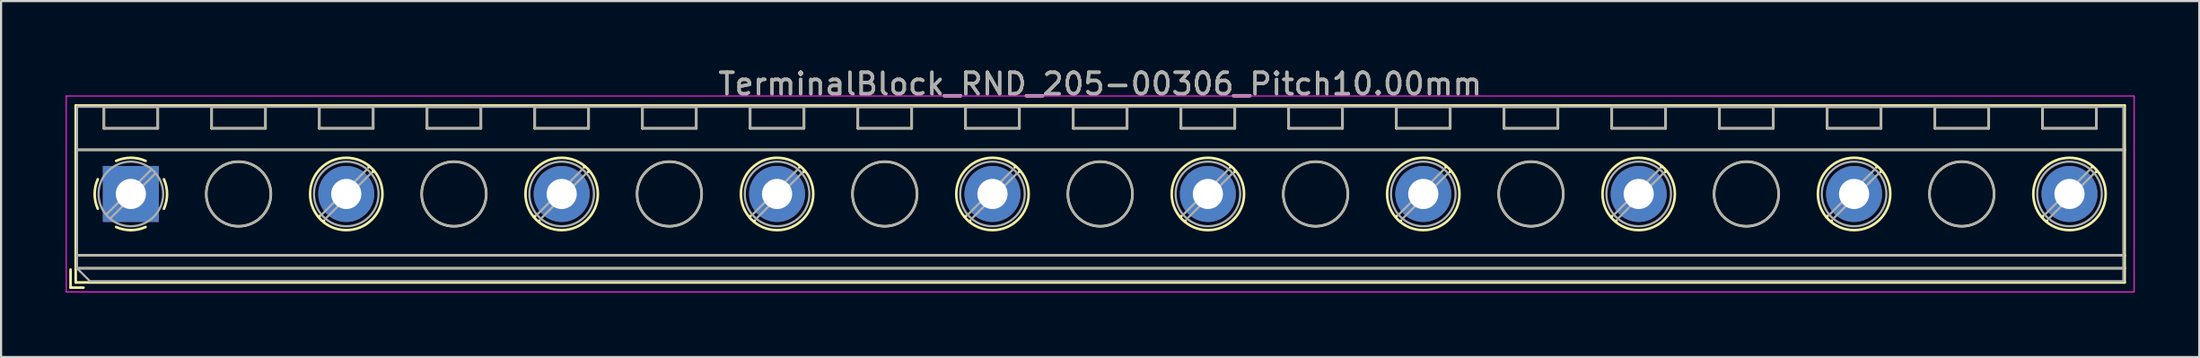
<source format=kicad_pcb>
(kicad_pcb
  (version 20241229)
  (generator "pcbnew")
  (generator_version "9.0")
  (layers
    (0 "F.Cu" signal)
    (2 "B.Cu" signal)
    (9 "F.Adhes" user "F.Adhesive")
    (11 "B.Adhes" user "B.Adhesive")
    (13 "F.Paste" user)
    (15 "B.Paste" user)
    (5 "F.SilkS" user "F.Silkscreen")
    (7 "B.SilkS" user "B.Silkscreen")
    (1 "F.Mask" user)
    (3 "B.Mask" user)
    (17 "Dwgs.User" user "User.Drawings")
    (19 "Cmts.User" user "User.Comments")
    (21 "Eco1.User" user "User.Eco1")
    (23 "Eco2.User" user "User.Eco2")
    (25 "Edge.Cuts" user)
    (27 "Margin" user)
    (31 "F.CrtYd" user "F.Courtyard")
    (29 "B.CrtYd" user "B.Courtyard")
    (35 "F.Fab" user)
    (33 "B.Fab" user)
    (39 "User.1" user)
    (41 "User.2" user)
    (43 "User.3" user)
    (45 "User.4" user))
  (footprint "TerminalBlock_RND_205-00306_Pitch10.00mm"
    (layer "F.Cu")
    (at 3.025 5.958)
    (property "Reference" "TerminalBlock_RND_205-00306_Pitch10.00mm" (at 45 -5.11 0) (layer "F.SilkS") (effects (font (size 1 1) (thickness 0.15))))
    (attr through_hole)
    (fp_line (start -2.8 3.51) (end -2.8 4.35) (stroke (width 0.12) (type solid)) (layer "F.SilkS"))
    (fp_line (start -2.8 4.35) (end -2.2 4.35) (stroke (width 0.12) (type solid)) (layer "F.SilkS"))
    (fp_line (start -2.56 -4.11) (end -2.56 4.11) (stroke (width 0.12) (type solid)) (layer "F.SilkS"))
    (fp_line (start -2.56 -2.05) (end 92.56 -2.05) (stroke (width 0.12) (type solid)) (layer "F.SilkS"))
    (fp_line (start -2.56 2.85) (end 92.56 2.85) (stroke (width 0.12) (type solid)) (layer "F.SilkS"))
    (fp_line (start -2.56 3.45) (end 92.56 3.45) (stroke (width 0.12) (type solid)) (layer "F.SilkS"))
    (fp_line (start -2.56 4.11) (end 92.56 4.11) (stroke (width 0.12) (type solid)) (layer "F.SilkS"))
    (fp_line (start -1.25 -4.05) (end -1.25 -3.05) (stroke (width 0.12) (type solid)) (layer "F.SilkS"))
    (fp_line (start -1.25 -4.05) (end 1.25 -4.05) (stroke (width 0.12) (type solid)) (layer "F.SilkS"))
    (fp_line (start -1.25 -3.05) (end 1.25 -3.05) (stroke (width 0.12) (type solid)) (layer "F.SilkS"))
    (fp_line (start 1.25 -4.05) (end 1.25 -3.05) (stroke (width 0.12) (type solid)) (layer "F.SilkS"))
    (fp_line (start 3.75 -4.05) (end 3.75 -3.05) (stroke (width 0.12) (type solid)) (layer "F.SilkS"))
    (fp_line (start 3.75 -4.05) (end 6.25 -4.05) (stroke (width 0.12) (type solid)) (layer "F.SilkS"))
    (fp_line (start 3.75 -3.05) (end 6.25 -3.05) (stroke (width 0.12) (type solid)) (layer "F.SilkS"))
    (fp_line (start 6.25 -4.05) (end 6.25 -3.05) (stroke (width 0.12) (type solid)) (layer "F.SilkS"))
    (fp_line (start 8.75 -4.05) (end 8.75 -3.05) (stroke (width 0.12) (type solid)) (layer "F.SilkS"))
    (fp_line (start 8.75 -4.05) (end 11.25 -4.05) (stroke (width 0.12) (type solid)) (layer "F.SilkS"))
    (fp_line (start 8.75 -3.05) (end 11.25 -3.05) (stroke (width 0.12) (type solid)) (layer "F.SilkS"))
    (fp_line (start 8.773 1.023) (end 8.726 1.069) (stroke (width 0.12) (type solid)) (layer "F.SilkS"))
    (fp_line (start 8.966 1.239) (end 8.931 1.274) (stroke (width 0.12) (type solid)) (layer "F.SilkS"))
    (fp_line (start 11.07 -1.275) (end 11.035 -1.239) (stroke (width 0.12) (type solid)) (layer "F.SilkS"))
    (fp_line (start 11.25 -4.05) (end 11.25 -3.05) (stroke (width 0.12) (type solid)) (layer "F.SilkS"))
    (fp_line (start 11.275 -1.069) (end 11.228 -1.023) (stroke (width 0.12) (type solid)) (layer "F.SilkS"))
    (fp_line (start 13.75 -4.05) (end 13.75 -3.05) (stroke (width 0.12) (type solid)) (layer "F.SilkS"))
    (fp_line (start 13.75 -4.05) (end 16.25 -4.05) (stroke (width 0.12) (type solid)) (layer "F.SilkS"))
    (fp_line (start 13.75 -3.05) (end 16.25 -3.05) (stroke (width 0.12) (type solid)) (layer "F.SilkS"))
    (fp_line (start 16.25 -4.05) (end 16.25 -3.05) (stroke (width 0.12) (type solid)) (layer "F.SilkS"))
    (fp_line (start 18.75 -4.05) (end 18.75 -3.05) (stroke (width 0.12) (type solid)) (layer "F.SilkS"))
    (fp_line (start 18.75 -4.05) (end 21.25 -4.05) (stroke (width 0.12) (type solid)) (layer "F.SilkS"))
    (fp_line (start 18.75 -3.05) (end 21.25 -3.05) (stroke (width 0.12) (type solid)) (layer "F.SilkS"))
    (fp_line (start 18.773 1.023) (end 18.726 1.069) (stroke (width 0.12) (type solid)) (layer "F.SilkS"))
    (fp_line (start 18.966 1.239) (end 18.931 1.274) (stroke (width 0.12) (type solid)) (layer "F.SilkS"))
    (fp_line (start 21.07 -1.275) (end 21.035 -1.239) (stroke (width 0.12) (type solid)) (layer "F.SilkS"))
    (fp_line (start 21.25 -4.05) (end 21.25 -3.05) (stroke (width 0.12) (type solid)) (layer "F.SilkS"))
    (fp_line (start 21.275 -1.069) (end 21.228 -1.023) (stroke (width 0.12) (type solid)) (layer "F.SilkS"))
    (fp_line (start 23.75 -4.05) (end 23.75 -3.05) (stroke (width 0.12) (type solid)) (layer "F.SilkS"))
    (fp_line (start 23.75 -4.05) (end 26.25 -4.05) (stroke (width 0.12) (type solid)) (layer "F.SilkS"))
    (fp_line (start 23.75 -3.05) (end 26.25 -3.05) (stroke (width 0.12) (type solid)) (layer "F.SilkS"))
    (fp_line (start 26.25 -4.05) (end 26.25 -3.05) (stroke (width 0.12) (type solid)) (layer "F.SilkS"))
    (fp_line (start 28.75 -4.05) (end 28.75 -3.05) (stroke (width 0.12) (type solid)) (layer "F.SilkS"))
    (fp_line (start 28.75 -4.05) (end 31.25 -4.05) (stroke (width 0.12) (type solid)) (layer "F.SilkS"))
    (fp_line (start 28.75 -3.05) (end 31.25 -3.05) (stroke (width 0.12) (type solid)) (layer "F.SilkS"))
    (fp_line (start 28.773 1.023) (end 28.726 1.069) (stroke (width 0.12) (type solid)) (layer "F.SilkS"))
    (fp_line (start 28.966 1.239) (end 28.931 1.274) (stroke (width 0.12) (type solid)) (layer "F.SilkS"))
    (fp_line (start 31.07 -1.275) (end 31.035 -1.239) (stroke (width 0.12) (type solid)) (layer "F.SilkS"))
    (fp_line (start 31.25 -4.05) (end 31.25 -3.05) (stroke (width 0.12) (type solid)) (layer "F.SilkS"))
    (fp_line (start 31.275 -1.069) (end 31.228 -1.023) (stroke (width 0.12) (type solid)) (layer "F.SilkS"))
    (fp_line (start 33.75 -4.05) (end 33.75 -3.05) (stroke (width 0.12) (type solid)) (layer "F.SilkS"))
    (fp_line (start 33.75 -4.05) (end 36.25 -4.05) (stroke (width 0.12) (type solid)) (layer "F.SilkS"))
    (fp_line (start 33.75 -3.05) (end 36.25 -3.05) (stroke (width 0.12) (type solid)) (layer "F.SilkS"))
    (fp_line (start 36.25 -4.05) (end 36.25 -3.05) (stroke (width 0.12) (type solid)) (layer "F.SilkS"))
    (fp_line (start 38.75 -4.05) (end 38.75 -3.05) (stroke (width 0.12) (type solid)) (layer "F.SilkS"))
    (fp_line (start 38.75 -4.05) (end 41.25 -4.05) (stroke (width 0.12) (type solid)) (layer "F.SilkS"))
    (fp_line (start 38.75 -3.05) (end 41.25 -3.05) (stroke (width 0.12) (type solid)) (layer "F.SilkS"))
    (fp_line (start 38.773 1.023) (end 38.726 1.069) (stroke (width 0.12) (type solid)) (layer "F.SilkS"))
    (fp_line (start 38.966 1.239) (end 38.931 1.274) (stroke (width 0.12) (type solid)) (layer "F.SilkS"))
    (fp_line (start 41.07 -1.275) (end 41.035 -1.239) (stroke (width 0.12) (type solid)) (layer "F.SilkS"))
    (fp_line (start 41.25 -4.05) (end 41.25 -3.05) (stroke (width 0.12) (type solid)) (layer "F.SilkS"))
    (fp_line (start 41.275 -1.069) (end 41.228 -1.023) (stroke (width 0.12) (type solid)) (layer "F.SilkS"))
    (fp_line (start 43.75 -4.05) (end 43.75 -3.05) (stroke (width 0.12) (type solid)) (layer "F.SilkS"))
    (fp_line (start 43.75 -4.05) (end 46.25 -4.05) (stroke (width 0.12) (type solid)) (layer "F.SilkS"))
    (fp_line (start 43.75 -3.05) (end 46.25 -3.05) (stroke (width 0.12) (type solid)) (layer "F.SilkS"))
    (fp_line (start 46.25 -4.05) (end 46.25 -3.05) (stroke (width 0.12) (type solid)) (layer "F.SilkS"))
    (fp_line (start 48.75 -4.05) (end 48.75 -3.05) (stroke (width 0.12) (type solid)) (layer "F.SilkS"))
    (fp_line (start 48.75 -4.05) (end 51.25 -4.05) (stroke (width 0.12) (type solid)) (layer "F.SilkS"))
    (fp_line (start 48.75 -3.05) (end 51.25 -3.05) (stroke (width 0.12) (type solid)) (layer "F.SilkS"))
    (fp_line (start 48.773 1.023) (end 48.726 1.069) (stroke (width 0.12) (type solid)) (layer "F.SilkS"))
    (fp_line (start 48.966 1.239) (end 48.931 1.274) (stroke (width 0.12) (type solid)) (layer "F.SilkS"))
    (fp_line (start 51.07 -1.275) (end 51.035 -1.239) (stroke (width 0.12) (type solid)) (layer "F.SilkS"))
    (fp_line (start 51.25 -4.05) (end 51.25 -3.05) (stroke (width 0.12) (type solid)) (layer "F.SilkS"))
    (fp_line (start 51.275 -1.069) (end 51.228 -1.023) (stroke (width 0.12) (type solid)) (layer "F.SilkS"))
    (fp_line (start 53.75 -4.05) (end 53.75 -3.05) (stroke (width 0.12) (type solid)) (layer "F.SilkS"))
    (fp_line (start 53.75 -4.05) (end 56.25 -4.05) (stroke (width 0.12) (type solid)) (layer "F.SilkS"))
    (fp_line (start 53.75 -3.05) (end 56.25 -3.05) (stroke (width 0.12) (type solid)) (layer "F.SilkS"))
    (fp_line (start 56.25 -4.05) (end 56.25 -3.05) (stroke (width 0.12) (type solid)) (layer "F.SilkS"))
    (fp_line (start 58.75 -4.05) (end 58.75 -3.05) (stroke (width 0.12) (type solid)) (layer "F.SilkS"))
    (fp_line (start 58.75 -4.05) (end 61.25 -4.05) (stroke (width 0.12) (type solid)) (layer "F.SilkS"))
    (fp_line (start 58.75 -3.05) (end 61.25 -3.05) (stroke (width 0.12) (type solid)) (layer "F.SilkS"))
    (fp_line (start 58.773 1.023) (end 58.726 1.069) (stroke (width 0.12) (type solid)) (layer "F.SilkS"))
    (fp_line (start 58.966 1.239) (end 58.931 1.274) (stroke (width 0.12) (type solid)) (layer "F.SilkS"))
    (fp_line (start 61.07 -1.275) (end 61.035 -1.239) (stroke (width 0.12) (type solid)) (layer "F.SilkS"))
    (fp_line (start 61.25 -4.05) (end 61.25 -3.05) (stroke (width 0.12) (type solid)) (layer "F.SilkS"))
    (fp_line (start 61.275 -1.069) (end 61.228 -1.023) (stroke (width 0.12) (type solid)) (layer "F.SilkS"))
    (fp_line (start 63.75 -4.05) (end 63.75 -3.05) (stroke (width 0.12) (type solid)) (layer "F.SilkS"))
    (fp_line (start 63.75 -4.05) (end 66.25 -4.05) (stroke (width 0.12) (type solid)) (layer "F.SilkS"))
    (fp_line (start 63.75 -3.05) (end 66.25 -3.05) (stroke (width 0.12) (type solid)) (layer "F.SilkS"))
    (fp_line (start 66.25 -4.05) (end 66.25 -3.05) (stroke (width 0.12) (type solid)) (layer "F.SilkS"))
    (fp_line (start 68.75 -4.05) (end 68.75 -3.05) (stroke (width 0.12) (type solid)) (layer "F.SilkS"))
    (fp_line (start 68.75 -4.05) (end 71.25 -4.05) (stroke (width 0.12) (type solid)) (layer "F.SilkS"))
    (fp_line (start 68.75 -3.05) (end 71.25 -3.05) (stroke (width 0.12) (type solid)) (layer "F.SilkS"))
    (fp_line (start 68.773 1.023) (end 68.726 1.069) (stroke (width 0.12) (type solid)) (layer "F.SilkS"))
    (fp_line (start 68.966 1.239) (end 68.931 1.274) (stroke (width 0.12) (type solid)) (layer "F.SilkS"))
    (fp_line (start 71.07 -1.275) (end 71.035 -1.239) (stroke (width 0.12) (type solid)) (layer "F.SilkS"))
    (fp_line (start 71.25 -4.05) (end 71.25 -3.05) (stroke (width 0.12) (type solid)) (layer "F.SilkS"))
    (fp_line (start 71.275 -1.069) (end 71.228 -1.023) (stroke (width 0.12) (type solid)) (layer "F.SilkS"))
    (fp_line (start 73.75 -4.05) (end 73.75 -3.05) (stroke (width 0.12) (type solid)) (layer "F.SilkS"))
    (fp_line (start 73.75 -4.05) (end 76.25 -4.05) (stroke (width 0.12) (type solid)) (layer "F.SilkS"))
    (fp_line (start 73.75 -3.05) (end 76.25 -3.05) (stroke (width 0.12) (type solid)) (layer "F.SilkS"))
    (fp_line (start 76.25 -4.05) (end 76.25 -3.05) (stroke (width 0.12) (type solid)) (layer "F.SilkS"))
    (fp_line (start 78.75 -4.05) (end 78.75 -3.05) (stroke (width 0.12) (type solid)) (layer "F.SilkS"))
    (fp_line (start 78.75 -4.05) (end 81.25 -4.05) (stroke (width 0.12) (type solid)) (layer "F.SilkS"))
    (fp_line (start 78.75 -3.05) (end 81.25 -3.05) (stroke (width 0.12) (type solid)) (layer "F.SilkS"))
    (fp_line (start 78.773 1.023) (end 78.726 1.069) (stroke (width 0.12) (type solid)) (layer "F.SilkS"))
    (fp_line (start 78.966 1.239) (end 78.931 1.274) (stroke (width 0.12) (type solid)) (layer "F.SilkS"))
    (fp_line (start 81.07 -1.275) (end 81.035 -1.239) (stroke (width 0.12) (type solid)) (layer "F.SilkS"))
    (fp_line (start 81.25 -4.05) (end 81.25 -3.05) (stroke (width 0.12) (type solid)) (layer "F.SilkS"))
    (fp_line (start 81.275 -1.069) (end 81.228 -1.023) (stroke (width 0.12) (type solid)) (layer "F.SilkS"))
    (fp_line (start 83.75 -4.05) (end 83.75 -3.05) (stroke (width 0.12) (type solid)) (layer "F.SilkS"))
    (fp_line (start 83.75 -4.05) (end 86.25 -4.05) (stroke (width 0.12) (type solid)) (layer "F.SilkS"))
    (fp_line (start 83.75 -3.05) (end 86.25 -3.05) (stroke (width 0.12) (type solid)) (layer "F.SilkS"))
    (fp_line (start 86.25 -4.05) (end 86.25 -3.05) (stroke (width 0.12) (type solid)) (layer "F.SilkS"))
    (fp_line (start 88.75 -4.05) (end 88.75 -3.05) (stroke (width 0.12) (type solid)) (layer "F.SilkS"))
    (fp_line (start 88.75 -4.05) (end 91.25 -4.05) (stroke (width 0.12) (type solid)) (layer "F.SilkS"))
    (fp_line (start 88.75 -3.05) (end 91.25 -3.05) (stroke (width 0.12) (type solid)) (layer "F.SilkS"))
    (fp_line (start 88.773 1.023) (end 88.726 1.069) (stroke (width 0.12) (type solid)) (layer "F.SilkS"))
    (fp_line (start 88.966 1.239) (end 88.931 1.274) (stroke (width 0.12) (type solid)) (layer "F.SilkS"))
    (fp_line (start 91.07 -1.275) (end 91.035 -1.239) (stroke (width 0.12) (type solid)) (layer "F.SilkS"))
    (fp_line (start 91.25 -4.05) (end 91.25 -3.05) (stroke (width 0.12) (type solid)) (layer "F.SilkS"))
    (fp_line (start 91.275 -1.069) (end 91.228 -1.023) (stroke (width 0.12) (type solid)) (layer "F.SilkS"))
    (fp_line (start 92.56 -4.11) (end -2.56 -4.11) (stroke (width 0.12) (type solid)) (layer "F.SilkS"))
    (fp_line (start 92.56 4.11) (end 92.56 -4.11) (stroke (width 0.12) (type solid)) (layer "F.SilkS"))
    (fp_arc (start -1.535427 0.683042) (mid -1.680501 -0.000524) (end -1.535 -0.684) (stroke (width 0.12) (type solid)) (layer "F.SilkS"))
    (fp_arc (start -0.683042 -1.535427) (mid 0.000524 -1.680501) (end 0.684 -1.535) (stroke (width 0.12) (type solid)) (layer "F.SilkS"))
    (fp_arc (start 0.028805 1.680253) (mid -0.335551 1.646659) (end -0.684 1.535) (stroke (width 0.12) (type solid)) (layer "F.SilkS"))
    (fp_arc (start 0.683318 1.534756) (mid 0.349292 1.643288) (end 0 1.68) (stroke (width 0.12) (type solid)) (layer "F.SilkS"))
    (fp_arc (start 1.535427 -0.683042) (mid 1.680501 0.000524) (end 1.535 0.684) (stroke (width 0.12) (type solid)) (layer "F.SilkS"))
    (fp_circle (center 5 0) (end 6.5 0) (stroke (width 0.12) (type solid)) (fill no) (layer "F.SilkS"))
    (fp_circle (center 10 0) (end 11.68 0) (stroke (width 0.12) (type solid)) (fill no) (layer "F.SilkS"))
    (fp_circle (center 15 0) (end 16.5 0) (stroke (width 0.12) (type solid)) (fill no) (layer "F.SilkS"))
    (fp_circle (center 20 0) (end 21.68 0) (stroke (width 0.12) (type solid)) (fill no) (layer "F.SilkS"))
    (fp_circle (center 25 0) (end 26.5 0) (stroke (width 0.12) (type solid)) (fill no) (layer "F.SilkS"))
    (fp_circle (center 30 0) (end 31.68 0) (stroke (width 0.12) (type solid)) (fill no) (layer "F.SilkS"))
    (fp_circle (center 35 0) (end 36.5 0) (stroke (width 0.12) (type solid)) (fill no) (layer "F.SilkS"))
    (fp_circle (center 40 0) (end 41.68 0) (stroke (width 0.12) (type solid)) (fill no) (layer "F.SilkS"))
    (fp_circle (center 45 0) (end 46.5 0) (stroke (width 0.12) (type solid)) (fill no) (layer "F.SilkS"))
    (fp_circle (center 50 0) (end 51.68 0) (stroke (width 0.12) (type solid)) (fill no) (layer "F.SilkS"))
    (fp_circle (center 55 0) (end 56.5 0) (stroke (width 0.12) (type solid)) (fill no) (layer "F.SilkS"))
    (fp_circle (center 60 0) (end 61.68 0) (stroke (width 0.12) (type solid)) (fill no) (layer "F.SilkS"))
    (fp_circle (center 65 0) (end 66.5 0) (stroke (width 0.12) (type solid)) (fill no) (layer "F.SilkS"))
    (fp_circle (center 70 0) (end 71.68 0) (stroke (width 0.12) (type solid)) (fill no) (layer "F.SilkS"))
    (fp_circle (center 75 0) (end 76.5 0) (stroke (width 0.12) (type solid)) (fill no) (layer "F.SilkS"))
    (fp_circle (center 80 0) (end 81.68 0) (stroke (width 0.12) (type solid)) (fill no) (layer "F.SilkS"))
    (fp_circle (center 85 0) (end 86.5 0) (stroke (width 0.12) (type solid)) (fill no) (layer "F.SilkS"))
    (fp_circle (center 90 0) (end 91.68 0) (stroke (width 0.12) (type solid)) (fill no) (layer "F.SilkS"))
    (fp_line (start -3 -4.55) (end -3 4.55) (stroke (width 0.05) (type solid)) (layer "F.CrtYd"))
    (fp_line (start -3 4.55) (end 93 4.55) (stroke (width 0.05) (type solid)) (layer "F.CrtYd"))
    (fp_line (start 93 -4.55) (end -3 -4.55) (stroke (width 0.05) (type solid)) (layer "F.CrtYd"))
    (fp_line (start 93 4.55) (end 93 -4.55) (stroke (width 0.05) (type solid)) (layer "F.CrtYd"))
    (fp_line (start -2.5 -4.05) (end 92.5 -4.05) (stroke (width 0.1) (type solid)) (layer "F.Fab"))
    (fp_line (start -2.5 -2.05) (end 92.5 -2.05) (stroke (width 0.1) (type solid)) (layer "F.Fab"))
    (fp_line (start -2.5 2.85) (end 92.5 2.85) (stroke (width 0.1) (type solid)) (layer "F.Fab"))
    (fp_line (start -2.5 3.45) (end -2.5 -4.05) (stroke (width 0.1) (type solid)) (layer "F.Fab"))
    (fp_line (start -2.5 3.45) (end 92.5 3.45) (stroke (width 0.1) (type solid)) (layer "F.Fab"))
    (fp_line (start -1.9 4.05) (end -2.5 3.45) (stroke (width 0.1) (type solid)) (layer "F.Fab"))
    (fp_line (start -1.25 -4.05) (end -1.25 -3.05) (stroke (width 0.1) (type solid)) (layer "F.Fab"))
    (fp_line (start -1.25 -3.05) (end 1.25 -3.05) (stroke (width 0.1) (type solid)) (layer "F.Fab"))
    (fp_line (start 0.955 -1.138) (end -1.138 0.955) (stroke (width 0.1) (type solid)) (layer "F.Fab"))
    (fp_line (start 1.138 -0.955) (end -0.955 1.138) (stroke (width 0.1) (type solid)) (layer "F.Fab"))
    (fp_line (start 1.25 -4.05) (end -1.25 -4.05) (stroke (width 0.1) (type solid)) (layer "F.Fab"))
    (fp_line (start 1.25 -3.05) (end 1.25 -4.05) (stroke (width 0.1) (type solid)) (layer "F.Fab"))
    (fp_line (start 3.75 -4.05) (end 3.75 -3.05) (stroke (width 0.1) (type solid)) (layer "F.Fab"))
    (fp_line (start 3.75 -3.05) (end 6.25 -3.05) (stroke (width 0.1) (type solid)) (layer "F.Fab"))
    (fp_line (start 6.25 -4.05) (end 3.75 -4.05) (stroke (width 0.1) (type solid)) (layer "F.Fab"))
    (fp_line (start 6.25 -3.05) (end 6.25 -4.05) (stroke (width 0.1) (type solid)) (layer "F.Fab"))
    (fp_line (start 8.75 -4.05) (end 8.75 -3.05) (stroke (width 0.1) (type solid)) (layer "F.Fab"))
    (fp_line (start 8.75 -3.05) (end 11.25 -3.05) (stroke (width 0.1) (type solid)) (layer "F.Fab"))
    (fp_line (start 10.955 -1.138) (end 8.863 0.955) (stroke (width 0.1) (type solid)) (layer "F.Fab"))
    (fp_line (start 11.138 -0.955) (end 9.046 1.138) (stroke (width 0.1) (type solid)) (layer "F.Fab"))
    (fp_line (start 11.25 -4.05) (end 8.75 -4.05) (stroke (width 0.1) (type solid)) (layer "F.Fab"))
    (fp_line (start 11.25 -3.05) (end 11.25 -4.05) (stroke (width 0.1) (type solid)) (layer "F.Fab"))
    (fp_line (start 13.75 -4.05) (end 13.75 -3.05) (stroke (width 0.1) (type solid)) (layer "F.Fab"))
    (fp_line (start 13.75 -3.05) (end 16.25 -3.05) (stroke (width 0.1) (type solid)) (layer "F.Fab"))
    (fp_line (start 16.25 -4.05) (end 13.75 -4.05) (stroke (width 0.1) (type solid)) (layer "F.Fab"))
    (fp_line (start 16.25 -3.05) (end 16.25 -4.05) (stroke (width 0.1) (type solid)) (layer "F.Fab"))
    (fp_line (start 18.75 -4.05) (end 18.75 -3.05) (stroke (width 0.1) (type solid)) (layer "F.Fab"))
    (fp_line (start 18.75 -3.05) (end 21.25 -3.05) (stroke (width 0.1) (type solid)) (layer "F.Fab"))
    (fp_line (start 20.955 -1.138) (end 18.863 0.955) (stroke (width 0.1) (type solid)) (layer "F.Fab"))
    (fp_line (start 21.138 -0.955) (end 19.046 1.138) (stroke (width 0.1) (type solid)) (layer "F.Fab"))
    (fp_line (start 21.25 -4.05) (end 18.75 -4.05) (stroke (width 0.1) (type solid)) (layer "F.Fab"))
    (fp_line (start 21.25 -3.05) (end 21.25 -4.05) (stroke (width 0.1) (type solid)) (layer "F.Fab"))
    (fp_line (start 23.75 -4.05) (end 23.75 -3.05) (stroke (width 0.1) (type solid)) (layer "F.Fab"))
    (fp_line (start 23.75 -3.05) (end 26.25 -3.05) (stroke (width 0.1) (type solid)) (layer "F.Fab"))
    (fp_line (start 26.25 -4.05) (end 23.75 -4.05) (stroke (width 0.1) (type solid)) (layer "F.Fab"))
    (fp_line (start 26.25 -3.05) (end 26.25 -4.05) (stroke (width 0.1) (type solid)) (layer "F.Fab"))
    (fp_line (start 28.75 -4.05) (end 28.75 -3.05) (stroke (width 0.1) (type solid)) (layer "F.Fab"))
    (fp_line (start 28.75 -3.05) (end 31.25 -3.05) (stroke (width 0.1) (type solid)) (layer "F.Fab"))
    (fp_line (start 30.955 -1.138) (end 28.863 0.955) (stroke (width 0.1) (type solid)) (layer "F.Fab"))
    (fp_line (start 31.138 -0.955) (end 29.046 1.138) (stroke (width 0.1) (type solid)) (layer "F.Fab"))
    (fp_line (start 31.25 -4.05) (end 28.75 -4.05) (stroke (width 0.1) (type solid)) (layer "F.Fab"))
    (fp_line (start 31.25 -3.05) (end 31.25 -4.05) (stroke (width 0.1) (type solid)) (layer "F.Fab"))
    (fp_line (start 33.75 -4.05) (end 33.75 -3.05) (stroke (width 0.1) (type solid)) (layer "F.Fab"))
    (fp_line (start 33.75 -3.05) (end 36.25 -3.05) (stroke (width 0.1) (type solid)) (layer "F.Fab"))
    (fp_line (start 36.25 -4.05) (end 33.75 -4.05) (stroke (width 0.1) (type solid)) (layer "F.Fab"))
    (fp_line (start 36.25 -3.05) (end 36.25 -4.05) (stroke (width 0.1) (type solid)) (layer "F.Fab"))
    (fp_line (start 38.75 -4.05) (end 38.75 -3.05) (stroke (width 0.1) (type solid)) (layer "F.Fab"))
    (fp_line (start 38.75 -3.05) (end 41.25 -3.05) (stroke (width 0.1) (type solid)) (layer "F.Fab"))
    (fp_line (start 40.955 -1.138) (end 38.863 0.955) (stroke (width 0.1) (type solid)) (layer "F.Fab"))
    (fp_line (start 41.138 -0.955) (end 39.046 1.138) (stroke (width 0.1) (type solid)) (layer "F.Fab"))
    (fp_line (start 41.25 -4.05) (end 38.75 -4.05) (stroke (width 0.1) (type solid)) (layer "F.Fab"))
    (fp_line (start 41.25 -3.05) (end 41.25 -4.05) (stroke (width 0.1) (type solid)) (layer "F.Fab"))
    (fp_line (start 43.75 -4.05) (end 43.75 -3.05) (stroke (width 0.1) (type solid)) (layer "F.Fab"))
    (fp_line (start 43.75 -3.05) (end 46.25 -3.05) (stroke (width 0.1) (type solid)) (layer "F.Fab"))
    (fp_line (start 46.25 -4.05) (end 43.75 -4.05) (stroke (width 0.1) (type solid)) (layer "F.Fab"))
    (fp_line (start 46.25 -3.05) (end 46.25 -4.05) (stroke (width 0.1) (type solid)) (layer "F.Fab"))
    (fp_line (start 48.75 -4.05) (end 48.75 -3.05) (stroke (width 0.1) (type solid)) (layer "F.Fab"))
    (fp_line (start 48.75 -3.05) (end 51.25 -3.05) (stroke (width 0.1) (type solid)) (layer "F.Fab"))
    (fp_line (start 50.955 -1.138) (end 48.863 0.955) (stroke (width 0.1) (type solid)) (layer "F.Fab"))
    (fp_line (start 51.138 -0.955) (end 49.046 1.138) (stroke (width 0.1) (type solid)) (layer "F.Fab"))
    (fp_line (start 51.25 -4.05) (end 48.75 -4.05) (stroke (width 0.1) (type solid)) (layer "F.Fab"))
    (fp_line (start 51.25 -3.05) (end 51.25 -4.05) (stroke (width 0.1) (type solid)) (layer "F.Fab"))
    (fp_line (start 53.75 -4.05) (end 53.75 -3.05) (stroke (width 0.1) (type solid)) (layer "F.Fab"))
    (fp_line (start 53.75 -3.05) (end 56.25 -3.05) (stroke (width 0.1) (type solid)) (layer "F.Fab"))
    (fp_line (start 56.25 -4.05) (end 53.75 -4.05) (stroke (width 0.1) (type solid)) (layer "F.Fab"))
    (fp_line (start 56.25 -3.05) (end 56.25 -4.05) (stroke (width 0.1) (type solid)) (layer "F.Fab"))
    (fp_line (start 58.75 -4.05) (end 58.75 -3.05) (stroke (width 0.1) (type solid)) (layer "F.Fab"))
    (fp_line (start 58.75 -3.05) (end 61.25 -3.05) (stroke (width 0.1) (type solid)) (layer "F.Fab"))
    (fp_line (start 60.955 -1.138) (end 58.863 0.955) (stroke (width 0.1) (type solid)) (layer "F.Fab"))
    (fp_line (start 61.138 -0.955) (end 59.046 1.138) (stroke (width 0.1) (type solid)) (layer "F.Fab"))
    (fp_line (start 61.25 -4.05) (end 58.75 -4.05) (stroke (width 0.1) (type solid)) (layer "F.Fab"))
    (fp_line (start 61.25 -3.05) (end 61.25 -4.05) (stroke (width 0.1) (type solid)) (layer "F.Fab"))
    (fp_line (start 63.75 -4.05) (end 63.75 -3.05) (stroke (width 0.1) (type solid)) (layer "F.Fab"))
    (fp_line (start 63.75 -3.05) (end 66.25 -3.05) (stroke (width 0.1) (type solid)) (layer "F.Fab"))
    (fp_line (start 66.25 -4.05) (end 63.75 -4.05) (stroke (width 0.1) (type solid)) (layer "F.Fab"))
    (fp_line (start 66.25 -3.05) (end 66.25 -4.05) (stroke (width 0.1) (type solid)) (layer "F.Fab"))
    (fp_line (start 68.75 -4.05) (end 68.75 -3.05) (stroke (width 0.1) (type solid)) (layer "F.Fab"))
    (fp_line (start 68.75 -3.05) (end 71.25 -3.05) (stroke (width 0.1) (type solid)) (layer "F.Fab"))
    (fp_line (start 70.955 -1.138) (end 68.863 0.955) (stroke (width 0.1) (type solid)) (layer "F.Fab"))
    (fp_line (start 71.138 -0.955) (end 69.046 1.138) (stroke (width 0.1) (type solid)) (layer "F.Fab"))
    (fp_line (start 71.25 -4.05) (end 68.75 -4.05) (stroke (width 0.1) (type solid)) (layer "F.Fab"))
    (fp_line (start 71.25 -3.05) (end 71.25 -4.05) (stroke (width 0.1) (type solid)) (layer "F.Fab"))
    (fp_line (start 73.75 -4.05) (end 73.75 -3.05) (stroke (width 0.1) (type solid)) (layer "F.Fab"))
    (fp_line (start 73.75 -3.05) (end 76.25 -3.05) (stroke (width 0.1) (type solid)) (layer "F.Fab"))
    (fp_line (start 76.25 -4.05) (end 73.75 -4.05) (stroke (width 0.1) (type solid)) (layer "F.Fab"))
    (fp_line (start 76.25 -3.05) (end 76.25 -4.05) (stroke (width 0.1) (type solid)) (layer "F.Fab"))
    (fp_line (start 78.75 -4.05) (end 78.75 -3.05) (stroke (width 0.1) (type solid)) (layer "F.Fab"))
    (fp_line (start 78.75 -3.05) (end 81.25 -3.05) (stroke (width 0.1) (type solid)) (layer "F.Fab"))
    (fp_line (start 80.955 -1.138) (end 78.863 0.955) (stroke (width 0.1) (type solid)) (layer "F.Fab"))
    (fp_line (start 81.138 -0.955) (end 79.046 1.138) (stroke (width 0.1) (type solid)) (layer "F.Fab"))
    (fp_line (start 81.25 -4.05) (end 78.75 -4.05) (stroke (width 0.1) (type solid)) (layer "F.Fab"))
    (fp_line (start 81.25 -3.05) (end 81.25 -4.05) (stroke (width 0.1) (type solid)) (layer "F.Fab"))
    (fp_line (start 83.75 -4.05) (end 83.75 -3.05) (stroke (width 0.1) (type solid)) (layer "F.Fab"))
    (fp_line (start 83.75 -3.05) (end 86.25 -3.05) (stroke (width 0.1) (type solid)) (layer "F.Fab"))
    (fp_line (start 86.25 -4.05) (end 83.75 -4.05) (stroke (width 0.1) (type solid)) (layer "F.Fab"))
    (fp_line (start 86.25 -3.05) (end 86.25 -4.05) (stroke (width 0.1) (type solid)) (layer "F.Fab"))
    (fp_line (start 88.75 -4.05) (end 88.75 -3.05) (stroke (width 0.1) (type solid)) (layer "F.Fab"))
    (fp_line (start 88.75 -3.05) (end 91.25 -3.05) (stroke (width 0.1) (type solid)) (layer "F.Fab"))
    (fp_line (start 90.955 -1.138) (end 88.863 0.955) (stroke (width 0.1) (type solid)) (layer "F.Fab"))
    (fp_line (start 91.138 -0.955) (end 89.046 1.138) (stroke (width 0.1) (type solid)) (layer "F.Fab"))
    (fp_line (start 91.25 -4.05) (end 88.75 -4.05) (stroke (width 0.1) (type solid)) (layer "F.Fab"))
    (fp_line (start 91.25 -3.05) (end 91.25 -4.05) (stroke (width 0.1) (type solid)) (layer "F.Fab"))
    (fp_line (start 92.5 -4.05) (end 92.5 4.05) (stroke (width 0.1) (type solid)) (layer "F.Fab"))
    (fp_line (start 92.5 4.05) (end -1.9 4.05) (stroke (width 0.1) (type solid)) (layer "F.Fab"))
    (fp_circle (center 0 0) (end 1.5 0) (stroke (width 0.1) (type solid)) (fill no) (layer "F.Fab"))
    (fp_circle (center 5 0) (end 6.5 0) (stroke (width 0.1) (type solid)) (fill no) (layer "F.Fab"))
    (fp_circle (center 10 0) (end 11.5 0) (stroke (width 0.1) (type solid)) (fill no) (layer "F.Fab"))
    (fp_circle (center 15 0) (end 16.5 0) (stroke (width 0.1) (type solid)) (fill no) (layer "F.Fab"))
    (fp_circle (center 20 0) (end 21.5 0) (stroke (width 0.1) (type solid)) (fill no) (layer "F.Fab"))
    (fp_circle (center 25 0) (end 26.5 0) (stroke (width 0.1) (type solid)) (fill no) (layer "F.Fab"))
    (fp_circle (center 30 0) (end 31.5 0) (stroke (width 0.1) (type solid)) (fill no) (layer "F.Fab"))
    (fp_circle (center 35 0) (end 36.5 0) (stroke (width 0.1) (type solid)) (fill no) (layer "F.Fab"))
    (fp_circle (center 40 0) (end 41.5 0) (stroke (width 0.1) (type solid)) (fill no) (layer "F.Fab"))
    (fp_circle (center 45 0) (end 46.5 0) (stroke (width 0.1) (type solid)) (fill no) (layer "F.Fab"))
    (fp_circle (center 50 0) (end 51.5 0) (stroke (width 0.1) (type solid)) (fill no) (layer "F.Fab"))
    (fp_circle (center 55 0) (end 56.5 0) (stroke (width 0.1) (type solid)) (fill no) (layer "F.Fab"))
    (fp_circle (center 60 0) (end 61.5 0) (stroke (width 0.1) (type solid)) (fill no) (layer "F.Fab"))
    (fp_circle (center 65 0) (end 66.5 0) (stroke (width 0.1) (type solid)) (fill no) (layer "F.Fab"))
    (fp_circle (center 70 0) (end 71.5 0) (stroke (width 0.1) (type solid)) (fill no) (layer "F.Fab"))
    (fp_circle (center 75 0) (end 76.5 0) (stroke (width 0.1) (type solid)) (fill no) (layer "F.Fab"))
    (fp_circle (center 80 0) (end 81.5 0) (stroke (width 0.1) (type solid)) (fill no) (layer "F.Fab"))
    (fp_circle (center 85 0) (end 86.5 0) (stroke (width 0.1) (type solid)) (fill no) (layer "F.Fab"))
    (fp_circle (center 90 0) (end 91.5 0) (stroke (width 0.1) (type solid)) (fill no) (layer "F.Fab"))
    (fp_text user "${REFERENCE}" (at 45 -5.11 0) (layer "F.Fab") (effects (font (size 1 1) (thickness 0.15))))
    (pad "1" thru_hole rect (at 0 0) (size 2.6 2.6) (drill 1.4) (layers "*.Cu" "*.Mask"))
    (pad "2" thru_hole circle (at 10 0) (size 2.6 2.6) (drill 1.4) (layers "*.Cu" "*.Mask"))
    (pad "3" thru_hole circle (at 20 0) (size 2.6 2.6) (drill 1.4) (layers "*.Cu" "*.Mask"))
    (pad "4" thru_hole circle (at 30 0) (size 2.6 2.6) (drill 1.4) (layers "*.Cu" "*.Mask"))
    (pad "5" thru_hole circle (at 40 0) (size 2.6 2.6) (drill 1.4) (layers "*.Cu" "*.Mask"))
    (pad "6" thru_hole circle (at 50 0) (size 2.6 2.6) (drill 1.4) (layers "*.Cu" "*.Mask"))
    (pad "7" thru_hole circle (at 60 0) (size 2.6 2.6) (drill 1.4) (layers "*.Cu" "*.Mask"))
    (pad "8" thru_hole circle (at 70 0) (size 2.6 2.6) (drill 1.4) (layers "*.Cu" "*.Mask"))
    (pad "9" thru_hole circle (at 80 0) (size 2.6 2.6) (drill 1.4) (layers "*.Cu" "*.Mask"))
    (pad "10" thru_hole circle (at 90 0) (size 2.6 2.6) (drill 1.4) (layers "*.Cu" "*.Mask")))
  (gr_rect
    (start -3 -3)
    (end 99.05 13.533)
    (stroke (width 0.1) (type default))
    (fill no)
    (layer "Edge.Cuts")))
</source>
